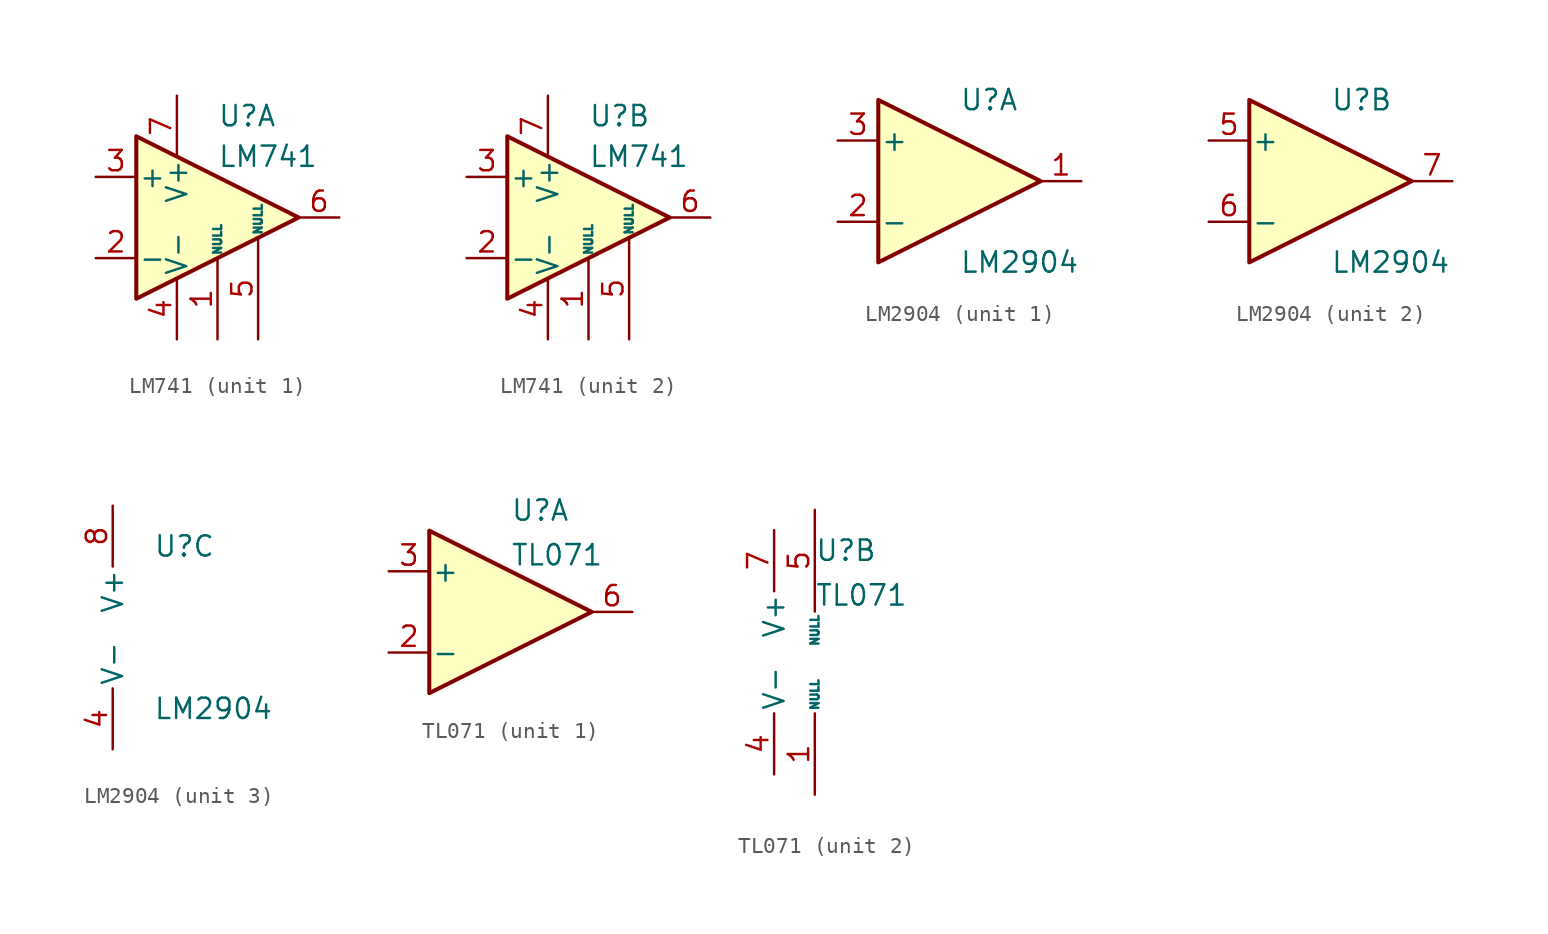
<source format=kicad_sym>
(kicad_symbol_lib
  (version 20241209)
  (generator "kicad_symbol_editor")
  (generator_version "9.0")
  (symbol "LM741"
    (pin_names
      (offset 0.127))
    (property "Reference" "U"
      (at 0 6.35 0)
      (effects (font (size 1.27 1.27)) (justify left)))
    (property "Value" "LM741"
      (at 0 3.81 0)
      (effects (font (size 1.27 1.27)) (justify left)))
    (property "ki_locked" ""
      (at 0 0 0)
      (effects (font (size 1.27 1.27))))
    (symbol "LM741_0_1"
      (polyline (pts (xy -5.08 5.08) (xy 5.08 0) (xy -5.08 -5.08) (xy -5.08 5.08)) (stroke (width 0.254) (type default)) (fill (type background))))
    (symbol "LM741_1_1"
      (pin input line (at -7.62 2.54 0) (length 2.54) (name "+" (effects (font (size 1.27 1.27)))) (number "3" (effects (font (size 1.27 1.27)))))
      (pin input line (at -7.62 -2.54 0) (length 2.54) (name "-" (effects (font (size 1.27 1.27)))) (number "2" (effects (font (size 1.27 1.27)))))
      (pin power_in line (at -2.54 7.62 270) (length 3.81) (name "V+" (effects (font (size 1.27 1.27)))) (number "7" (effects (font (size 1.27 1.27)))))
      (pin power_in line (at -2.54 -7.62 90) (length 3.81) (name "V-" (effects (font (size 1.27 1.27)))) (number "4" (effects (font (size 1.27 1.27)))))
      (pin no_connect line (at 0 2.54 270) (length 2.54) (hide yes) (name "NC" (effects (font (size 1.27 1.27)))) (number "8" (effects (font (size 1.27 1.27)))))
      (pin input line (at 0 -7.62 90) (length 5.08) (name "NULL" (effects (font (size 0.508 0.508)))) (number "1" (effects (font (size 1.27 1.27)))))
      (pin input line (at 2.54 -7.62 90) (length 6.35) (name "NULL" (effects (font (size 0.508 0.508)))) (number "5" (effects (font (size 1.27 1.27)))))
      (pin output line (at 7.62 0 180) (length 2.54) (name "~" (effects (font (size 1.27 1.27)))) (number "6" (effects (font (size 1.27 1.27))))))
    (symbol "LM741_2_1"
      (pin input line (at -7.62 2.54 0) (length 2.54) (name "+" (effects (font (size 1.27 1.27)))) (number "3" (effects (font (size 1.27 1.27)))))
      (pin input line (at -7.62 -2.54 0) (length 2.54) (name "-" (effects (font (size 1.27 1.27)))) (number "2" (effects (font (size 1.27 1.27)))))
      (pin power_in line (at -2.54 7.62 270) (length 3.81) (name "V+" (effects (font (size 1.27 1.27)))) (number "7" (effects (font (size 1.27 1.27)))))
      (pin power_in line (at -2.54 -7.62 90) (length 3.81) (name "V-" (effects (font (size 1.27 1.27)))) (number "4" (effects (font (size 1.27 1.27)))))
      (pin no_connect line (at 0 2.54 270) (length 2.54) (hide yes) (name "NC" (effects (font (size 1.27 1.27)))) (number "8" (effects (font (size 1.27 1.27)))))
      (pin input line (at 0 -7.62 90) (length 5.08) (name "NULL" (effects (font (size 0.508 0.508)))) (number "1" (effects (font (size 1.27 1.27)))))
      (pin input line (at 2.54 -7.62 90) (length 6.35) (name "NULL" (effects (font (size 0.508 0.508)))) (number "5" (effects (font (size 1.27 1.27)))))
      (pin output line (at 7.62 0 180) (length 2.54) (name "~" (effects (font (size 1.27 1.27)))) (number "6" (effects (font (size 1.27 1.27)))))))
  (symbol "LM2904"
    (pin_names
      (offset 0.127))
    (property "Reference" "U"
      (at 0 5.08 0)
      (effects (font (size 1.27 1.27)) (justify left)))
    (property "Value" "LM2904"
      (at 0 -5.08 0)
      (effects (font (size 1.27 1.27)) (justify left)))
    (property "ki_locked" ""
      (at 0 0 0)
      (effects (font (size 1.27 1.27))))
    (symbol "LM2904_1_1"
      (polyline (pts (xy -5.08 5.08) (xy 5.08 0) (xy -5.08 -5.08) (xy -5.08 5.08)) (stroke (width 0.254) (type default)) (fill (type background)))
      (pin input line (at -7.62 2.54 0) (length 2.54) (name "+" (effects (font (size 1.27 1.27)))) (number "3" (effects (font (size 1.27 1.27)))))
      (pin input line (at -7.62 -2.54 0) (length 2.54) (name "-" (effects (font (size 1.27 1.27)))) (number "2" (effects (font (size 1.27 1.27)))))
      (pin output line (at 7.62 0 180) (length 2.54) (name "~" (effects (font (size 1.27 1.27)))) (number "1" (effects (font (size 1.27 1.27))))))
    (symbol "LM2904_2_1"
      (polyline (pts (xy -5.08 5.08) (xy 5.08 0) (xy -5.08 -5.08) (xy -5.08 5.08)) (stroke (width 0.254) (type default)) (fill (type background)))
      (pin input line (at -7.62 2.54 0) (length 2.54) (name "+" (effects (font (size 1.27 1.27)))) (number "5" (effects (font (size 1.27 1.27)))))
      (pin input line (at -7.62 -2.54 0) (length 2.54) (name "-" (effects (font (size 1.27 1.27)))) (number "6" (effects (font (size 1.27 1.27)))))
      (pin output line (at 7.62 0 180) (length 2.54) (name "~" (effects (font (size 1.27 1.27)))) (number "7" (effects (font (size 1.27 1.27))))))
    (symbol "LM2904_3_1"
      (pin power_in line (at -2.54 7.62 270) (length 3.81) (name "V+" (effects (font (size 1.27 1.27)))) (number "8" (effects (font (size 1.27 1.27)))))
      (pin power_in line (at -2.54 -7.62 90) (length 3.81) (name "V-" (effects (font (size 1.27 1.27)))) (number "4" (effects (font (size 1.27 1.27)))))))
  (symbol "TL071"
    (pin_names
      (offset 0.127))
    (property "Reference" "U"
      (at 0 6.35 0)
      (effects (font (size 1.27 1.27)) (justify left)))
    (property "Value" "TL071"
      (at 0 3.556 0)
      (effects (font (size 1.27 1.27)) (justify left)))
    (property "ki_locked" ""
      (at 0 0 0)
      (effects (font (size 1.27 1.27))))
    (symbol "TL071_1_1"
      (polyline (pts (xy -5.08 5.08) (xy 5.08 0) (xy -5.08 -5.08) (xy -5.08 5.08)) (stroke (width 0.254) (type default)) (fill (type background)))
      (pin input line (at -7.62 2.54 0) (length 2.54) (name "+" (effects (font (size 1.27 1.27)))) (number "3" (effects (font (size 1.27 1.27)))))
      (pin input line (at -7.62 -2.54 0) (length 2.54) (name "-" (effects (font (size 1.27 1.27)))) (number "2" (effects (font (size 1.27 1.27)))))
      (pin output line (at 7.62 0 180) (length 2.54) (name "~" (effects (font (size 1.27 1.27)))) (number "6" (effects (font (size 1.27 1.27))))))
    (symbol "TL071_2_1"
      (pin power_in line (at -2.54 7.62 270) (length 3.81) (name "V+" (effects (font (size 1.27 1.27)))) (number "7" (effects (font (size 1.27 1.27)))))
      (pin power_in line (at -2.54 -7.62 90) (length 3.81) (name "V-" (effects (font (size 1.27 1.27)))) (number "4" (effects (font (size 1.27 1.27)))))
      (pin input line (at 0 8.89 270) (length 6.35) (name "NULL" (effects (font (size 0.508 0.508)))) (number "5" (effects (font (size 1.27 1.27)))))
      (pin input line (at 0 -8.89 90) (length 5.08) (name "NULL" (effects (font (size 0.508 0.508)))) (number "1" (effects (font (size 1.27 1.27)))))
      (pin no_connect line (at 2.54 -2.54 270) (length 2.54) (hide yes) (name "NC" (effects (font (size 1.27 1.27)))) (number "8" (effects (font (size 1.27 1.27))))))))
</source>
